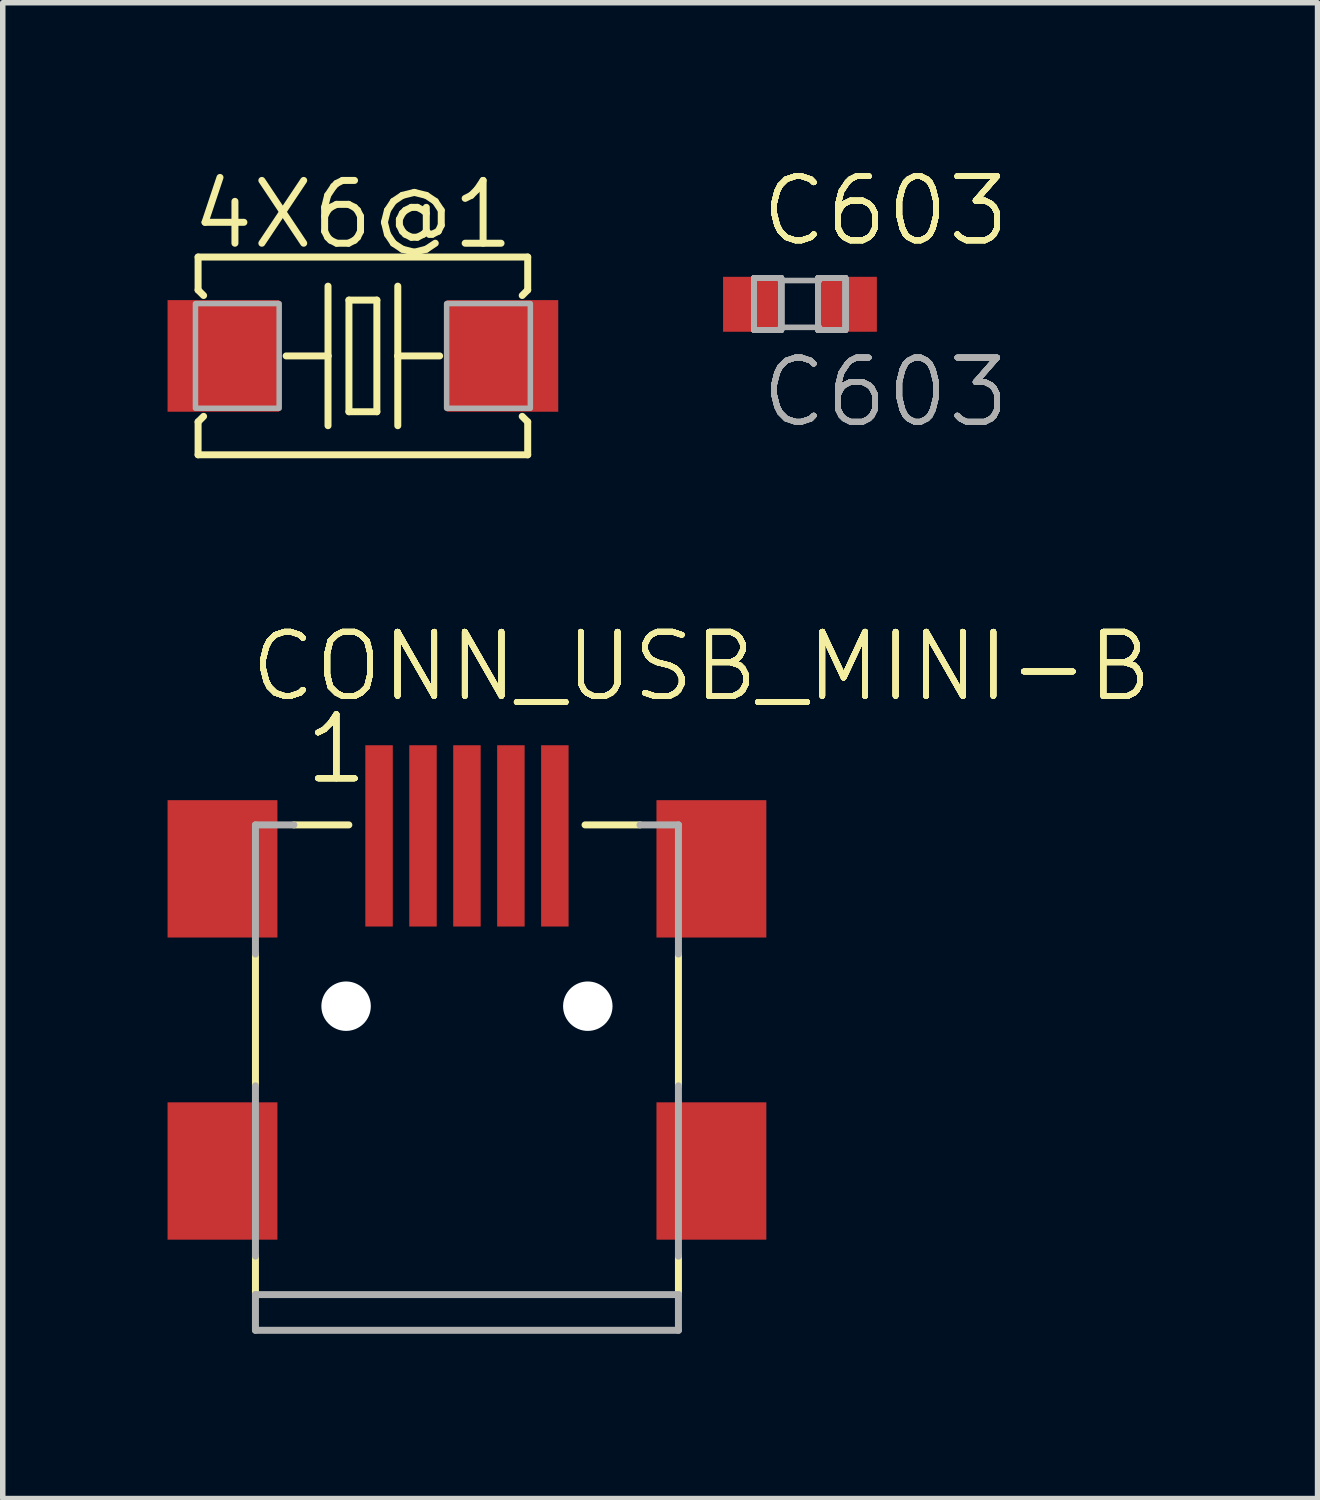
<source format=kicad_pcb>
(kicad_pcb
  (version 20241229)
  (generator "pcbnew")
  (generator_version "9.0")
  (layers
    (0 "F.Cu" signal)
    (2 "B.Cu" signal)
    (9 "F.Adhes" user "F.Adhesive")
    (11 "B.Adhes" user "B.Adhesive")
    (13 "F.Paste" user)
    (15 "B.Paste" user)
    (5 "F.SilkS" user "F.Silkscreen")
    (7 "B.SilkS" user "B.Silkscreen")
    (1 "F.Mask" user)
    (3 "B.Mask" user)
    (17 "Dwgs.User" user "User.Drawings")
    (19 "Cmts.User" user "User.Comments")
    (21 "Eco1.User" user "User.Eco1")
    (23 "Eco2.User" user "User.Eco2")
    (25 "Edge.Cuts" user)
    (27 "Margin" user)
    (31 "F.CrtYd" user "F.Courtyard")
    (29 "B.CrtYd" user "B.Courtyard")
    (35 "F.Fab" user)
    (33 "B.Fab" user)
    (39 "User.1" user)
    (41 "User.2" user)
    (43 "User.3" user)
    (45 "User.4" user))
  (footprint "CONN_USB_MINI-B"
    (layer "F.Cu")
    (at 5.45 15.266)
    (property "Reference" "CONN_USB_MINI-B" (at -4 -5.5 0) (layer "F.SilkS") (effects (font (size 1.168 1.168) (thickness 0.102)) (justify left bottom)))
    (fp_line (start -3.85 -0.95) (end -3.85 1.45) (stroke (width 0.127) (type solid)) (layer "F.SilkS"))
    (fp_line (start -3.85 4.55) (end -3.85 5.25) (stroke (width 0.127) (type solid)) (layer "F.SilkS"))
    (fp_line (start -3.15 -3.3) (end -2.15 -3.3) (stroke (width 0.127) (type solid)) (layer "F.SilkS"))
    (fp_line (start 2.15 -3.3) (end 3.15 -3.3) (stroke (width 0.127) (type solid)) (layer "F.SilkS"))
    (fp_line (start 3.85 -0.95) (end 3.85 1.45) (stroke (width 0.127) (type solid)) (layer "F.SilkS"))
    (fp_line (start 3.85 4.55) (end 3.85 5.25) (stroke (width 0.127) (type solid)) (layer "F.SilkS"))
    (fp_line (start -3.85 -3.3) (end -3.85 -0.95) (stroke (width 0.127) (type solid)) (layer "F.Fab"))
    (fp_line (start -3.85 1.45) (end -3.85 4.55) (stroke (width 0.127) (type solid)) (layer "F.Fab"))
    (fp_line (start -3.85 5.25) (end -3.85 5.9) (stroke (width 0.127) (type solid)) (layer "F.Fab"))
    (fp_line (start -3.85 5.9) (end 3.85 5.9) (stroke (width 0.127) (type solid)) (layer "F.Fab"))
    (fp_line (start -3.15 -3.3) (end -3.85 -3.3) (stroke (width 0.127) (type solid)) (layer "F.Fab"))
    (fp_line (start 3.15 -3.3) (end 3.85 -3.3) (stroke (width 0.127) (type solid)) (layer "F.Fab"))
    (fp_line (start 3.85 -3.3) (end 3.85 -0.95) (stroke (width 0.127) (type solid)) (layer "F.Fab"))
    (fp_line (start 3.85 1.45) (end 3.85 4.55) (stroke (width 0.127) (type solid)) (layer "F.Fab"))
    (fp_line (start 3.85 5.25) (end -3.85 5.25) (stroke (width 0.127) (type solid)) (layer "F.Fab"))
    (fp_line (start 3.85 5.9) (end 3.85 5.25) (stroke (width 0.127) (type solid)) (layer "F.Fab"))
    (fp_text user "1" (at -3 -4 0) (layer "F.SilkS") (effects (font (size 1.168 1.168) (thickness 0.102)) (justify left bottom)))
    (fp_text user "${REFERENCE}" (at -4 -5.5 0) (layer "F.SilkS") (effects (font (size 1.168 1.168) (thickness 0.102)) (justify left bottom)))
    (fp_text user "1" (at -3 -4 0) (layer "F.SilkS") (effects (font (size 1.168 1.168) (thickness 0.102)) (justify left bottom)))
    (fp_text user "1" (at -3 -4 0) (layer "F.SilkS") (effects (font (size 1.168 1.168) (thickness 0.102)) (justify left bottom)))
    (fp_text user "1" (at -3 -4 0) (layer "F.SilkS") (effects (font (size 1.168 1.168) (thickness 0.102)) (justify left bottom)))
    (fp_text user "${REFERENCE}" (at -4 -5.5 0) (layer "F.SilkS") (effects (font (size 1.168 1.168) (thickness 0.102)) (justify left bottom)))
    (fp_text user "${REFERENCE}" (at -4 -5.5 0) (layer "F.SilkS") (effects (font (size 1.168 1.168) (thickness 0.102)) (justify left bottom)))
    (fp_text user "${REFERENCE}" (at -4 -5.5 0) (layer "F.SilkS") (effects (font (size 1.168 1.168) (thickness 0.102)) (justify left bottom)))
    (fp_text user "${REFERENCE}" (at -4 -5.5 0) (layer "F.SilkS") (effects (font (size 1.168 1.168) (thickness 0.102)) (justify left bottom)))
    (fp_text user "${REFERENCE}" (at -4 -5.5 0) (layer "F.SilkS") (effects (font (size 1.168 1.168) (thickness 0.102)) (justify left bottom)))
    (fp_text user "1" (at -3 -4 0) (layer "F.SilkS") (effects (font (size 1.168 1.168) (thickness 0.102)) (justify left bottom)))
    (fp_text user "1" (at -3 -4 0) (layer "F.SilkS") (effects (font (size 1.168 1.168) (thickness 0.102)) (justify left bottom)))
    (fp_text user "1" (at -3 -4 0) (layer "F.SilkS") (effects (font (size 1.168 1.168) (thickness 0.102)) (justify left bottom)))
    (fp_text user "1" (at -3 -4 0) (layer "F.SilkS") (effects (font (size 1.168 1.168) (thickness 0.102)) (justify left bottom)))
    (fp_text user "${REFERENCE}" (at -4 -5.5 0) (layer "F.SilkS") (effects (font (size 1.168 1.168) (thickness 0.102)) (justify left bottom)))
    (fp_text user "${REFERENCE}" (at -4 -5.5 0) (layer "F.SilkS") (effects (font (size 1.168 1.168) (thickness 0.102)) (justify left bottom)))
    (fp_text user "${REFERENCE}" (at -4 -5.5 0) (layer "F.SilkS") (effects (font (size 1.168 1.168) (thickness 0.102)) (justify left bottom)))
    (fp_text user "1" (at -3 -4 0) (layer "F.SilkS") (effects (font (size 1.168 1.168) (thickness 0.102)) (justify left bottom)))
    (fp_text user "${REFERENCE}" (at -4 -5.5 0) (layer "F.SilkS") (effects (font (size 1.168 1.168) (thickness 0.102)) (justify left bottom)))
    (fp_text user "1" (at -3 -4 0) (layer "F.SilkS") (effects (font (size 1.168 1.168) (thickness 0.102)) (justify left bottom)))
    (fp_text user "1" (at -3 -4 0) (layer "F.SilkS") (effects (font (size 1.168 1.168) (thickness 0.102)) (justify left bottom)))
    (pad "" np_thru_hole circle (at -2.2 0) (size 0.9 0.9) (drill 0.9) (layers "*.Cu" "*.Mask"))
    (pad "" np_thru_hole circle (at 2.2 0) (size 0.9 0.9) (drill 0.9) (layers "*.Cu" "*.Mask"))
    (pad "BODY@1" smd rect (at -4.45 -2.5) (size 2 2.5) (layers "F.Cu" "F.Mask" "F.Paste"))
    (pad "BODY@2" smd rect (at 4.45 -2.5) (size 2 2.5) (layers "F.Cu" "F.Mask" "F.Paste"))
    (pad "BODY@3" smd rect (at 4.45 3) (size 2 2.5) (layers "F.Cu" "F.Mask" "F.Paste"))
    (pad "BODY@4" smd rect (at -4.45 3) (size 2 2.5) (layers "F.Cu" "F.Mask" "F.Paste"))
    (pad "D+" smd rect (at 0 -3.1) (size 0.5 3.3) (layers "F.Cu" "F.Mask" "F.Paste"))
    (pad "D-" smd rect (at -0.8 -3.1) (size 0.5 3.3) (layers "F.Cu" "F.Mask" "F.Paste"))
    (pad "GND" smd rect (at 1.6 -3.1) (size 0.5 3.3) (layers "F.Cu" "F.Mask" "F.Paste"))
    (pad "ID" smd rect (at 0.8 -3.1) (size 0.5 3.3) (layers "F.Cu" "F.Mask" "F.Paste"))
    (pad "VUSB" smd rect (at -1.6 -3.1) (size 0.5 3.3) (layers "F.Cu" "F.Mask" "F.Paste")))
  (footprint "4X6@1"
    (layer "F.Cu")
    (at 3.556 3.429)
    (property "Reference" "4X6@1" (at -3.175 -1.905 0) (layer "F.SilkS") (effects (font (size 1.143 1.143) (thickness 0.127)) (justify left bottom)))
    (fp_line (start -3 -1.8) (end -3 -1.2) (stroke (width 0.127) (type solid)) (layer "F.SilkS"))
    (fp_line (start -3 -1.2) (end -2.9 -1.1) (stroke (width 0.127) (type solid)) (layer "F.SilkS"))
    (fp_line (start -3 1.2) (end -3 1.8) (stroke (width 0.127) (type solid)) (layer "F.SilkS"))
    (fp_line (start -3 1.8) (end 3 1.8) (stroke (width 0.127) (type solid)) (layer "F.SilkS"))
    (fp_line (start -2.9 1.1) (end -3 1.2) (stroke (width 0.127) (type solid)) (layer "F.SilkS"))
    (fp_line (start -0.635 -1.27) (end -0.635 0) (stroke (width 0.127) (type solid)) (layer "F.SilkS"))
    (fp_line (start -0.635 0) (end -1.397 0) (stroke (width 0.127) (type solid)) (layer "F.SilkS"))
    (fp_line (start -0.635 0) (end -0.635 1.27) (stroke (width 0.127) (type solid)) (layer "F.SilkS"))
    (fp_line (start -0.254 -1.016) (end -0.254 1.016) (stroke (width 0.127) (type solid)) (layer "F.SilkS"))
    (fp_line (start -0.254 1.016) (end 0.254 1.016) (stroke (width 0.127) (type solid)) (layer "F.SilkS"))
    (fp_line (start 0.254 -1.016) (end -0.254 -1.016) (stroke (width 0.127) (type solid)) (layer "F.SilkS"))
    (fp_line (start 0.254 1.016) (end 0.254 -1.016) (stroke (width 0.127) (type solid)) (layer "F.SilkS"))
    (fp_line (start 0.635 -1.27) (end 0.635 0) (stroke (width 0.127) (type solid)) (layer "F.SilkS"))
    (fp_line (start 0.635 0) (end 0.635 1.27) (stroke (width 0.127) (type solid)) (layer "F.SilkS"))
    (fp_line (start 0.635 0) (end 1.397 0) (stroke (width 0.127) (type solid)) (layer "F.SilkS"))
    (fp_line (start 2.9 -1.1) (end 3 -1.2) (stroke (width 0.127) (type solid)) (layer "F.SilkS"))
    (fp_line (start 3 -1.8) (end -3 -1.8) (stroke (width 0.127) (type solid)) (layer "F.SilkS"))
    (fp_line (start 3 -1.2) (end 3 -1.8) (stroke (width 0.127) (type solid)) (layer "F.SilkS"))
    (fp_line (start 3 1.2) (end 2.9 1.1) (stroke (width 0.127) (type solid)) (layer "F.SilkS"))
    (fp_line (start 3 1.8) (end 3 1.2) (stroke (width 0.127) (type solid)) (layer "F.SilkS"))
    (fp_poly (pts (xy -3.048 0.953) (xy -1.524 0.953) (xy -1.524 -0.953) (xy -3.048 -0.953)) (stroke (width 0.1) (type default)) (fill no) (layer "F.Fab"))
    (fp_poly (pts (xy 1.524 0.953) (xy 3.048 0.953) (xy 3.048 -0.953) (xy 1.524 -0.953)) (stroke (width 0.1) (type default)) (fill no) (layer "F.Fab"))
    (pad "1" smd rect (at -2.54 0) (size 2.032 2.032) (layers "F.Cu" "F.Mask" "F.Paste"))
    (pad "2" smd rect (at 2.54 0) (size 2.032 2.032) (layers "F.Cu" "F.Mask" "F.Paste")))
  (footprint "C603"
    (layer "F.Cu")
    (at 11.512 2.489)
    (property "Reference" "C603" (at -0.762 -1.016 0) (layer "F.SilkS") (effects (font (size 1.168 1.168) (thickness 0.102)) (justify left bottom)))
    (property "Value" "C603" (at -0.762 2.286 0) (layer "F.Fab") (hide yes) (effects (font (size 1.168 1.168) (thickness 0.102)) (justify left bottom)))
    (fp_line (start -0.356 -0.432) (end 0.356 -0.432) (stroke (width 0.102) (type solid)) (layer "F.Fab"))
    (fp_line (start -0.356 0.419) (end 0.356 0.419) (stroke (width 0.102) (type solid)) (layer "F.Fab"))
    (fp_poly (pts (xy -0.838 0.47) (xy -0.338 0.47) (xy -0.338 -0.48) (xy -0.838 -0.48)) (stroke (width 0.1) (type default)) (fill no) (layer "F.Fab"))
    (fp_poly (pts (xy -0.838 0.47) (xy -0.338 0.47) (xy -0.338 -0.48) (xy -0.838 -0.48)) (stroke (width 0.1) (type default)) (fill no) (layer "F.Fab"))
    (fp_poly (pts (xy -0.838 0.47) (xy -0.338 0.47) (xy -0.338 -0.48) (xy -0.838 -0.48)) (stroke (width 0.1) (type default)) (fill no) (layer "F.Fab"))
    (fp_poly (pts (xy -0.838 0.47) (xy -0.338 0.47) (xy -0.338 -0.48) (xy -0.838 -0.48)) (stroke (width 0.1) (type default)) (fill no) (layer "F.Fab"))
    (fp_poly (pts (xy -0.838 0.47) (xy -0.338 0.47) (xy -0.338 -0.48) (xy -0.838 -0.48)) (stroke (width 0.1) (type default)) (fill no) (layer "F.Fab"))
    (fp_poly (pts (xy -0.838 0.47) (xy -0.338 0.47) (xy -0.338 -0.48) (xy -0.838 -0.48)) (stroke (width 0.1) (type default)) (fill no) (layer "F.Fab"))
    (fp_poly (pts (xy -0.838 0.47) (xy -0.338 0.47) (xy -0.338 -0.48) (xy -0.838 -0.48)) (stroke (width 0.1) (type default)) (fill no) (layer "F.Fab"))
    (fp_poly (pts (xy -0.838 0.47) (xy -0.338 0.47) (xy -0.338 -0.48) (xy -0.838 -0.48)) (stroke (width 0.1) (type default)) (fill no) (layer "F.Fab"))
    (fp_poly (pts (xy -0.838 0.47) (xy -0.338 0.47) (xy -0.338 -0.48) (xy -0.838 -0.48)) (stroke (width 0.1) (type default)) (fill no) (layer "F.Fab"))
    (fp_poly (pts (xy -0.838 0.47) (xy -0.338 0.47) (xy -0.338 -0.48) (xy -0.838 -0.48)) (stroke (width 0.1) (type default)) (fill no) (layer "F.Fab"))
    (fp_poly (pts (xy -0.838 0.47) (xy -0.338 0.47) (xy -0.338 -0.48) (xy -0.838 -0.48)) (stroke (width 0.1) (type default)) (fill no) (layer "F.Fab"))
    (fp_poly (pts (xy 0.83 -0.48) (xy 0.33 -0.48) (xy 0.33 0.47) (xy 0.83 0.47)) (stroke (width 0.1) (type default)) (fill no) (layer "F.Fab"))
    (fp_poly (pts (xy 0.83 -0.48) (xy 0.33 -0.48) (xy 0.33 0.47) (xy 0.83 0.47)) (stroke (width 0.1) (type default)) (fill no) (layer "F.Fab"))
    (fp_poly (pts (xy 0.83 -0.48) (xy 0.33 -0.48) (xy 0.33 0.47) (xy 0.83 0.47)) (stroke (width 0.1) (type default)) (fill no) (layer "F.Fab"))
    (fp_poly (pts (xy 0.83 -0.48) (xy 0.33 -0.48) (xy 0.33 0.47) (xy 0.83 0.47)) (stroke (width 0.1) (type default)) (fill no) (layer "F.Fab"))
    (fp_poly (pts (xy 0.83 -0.48) (xy 0.33 -0.48) (xy 0.33 0.47) (xy 0.83 0.47)) (stroke (width 0.1) (type default)) (fill no) (layer "F.Fab"))
    (fp_poly (pts (xy 0.83 -0.48) (xy 0.33 -0.48) (xy 0.33 0.47) (xy 0.83 0.47)) (stroke (width 0.1) (type default)) (fill no) (layer "F.Fab"))
    (fp_poly (pts (xy 0.83 -0.48) (xy 0.33 -0.48) (xy 0.33 0.47) (xy 0.83 0.47)) (stroke (width 0.1) (type default)) (fill no) (layer "F.Fab"))
    (fp_poly (pts (xy 0.83 -0.48) (xy 0.33 -0.48) (xy 0.33 0.47) (xy 0.83 0.47)) (stroke (width 0.1) (type default)) (fill no) (layer "F.Fab"))
    (fp_poly (pts (xy 0.83 -0.48) (xy 0.33 -0.48) (xy 0.33 0.47) (xy 0.83 0.47)) (stroke (width 0.1) (type default)) (fill no) (layer "F.Fab"))
    (fp_poly (pts (xy 0.83 -0.48) (xy 0.33 -0.48) (xy 0.33 0.47) (xy 0.83 0.47)) (stroke (width 0.1) (type default)) (fill no) (layer "F.Fab"))
    (fp_poly (pts (xy 0.83 -0.48) (xy 0.33 -0.48) (xy 0.33 0.47) (xy 0.83 0.47)) (stroke (width 0.1) (type default)) (fill no) (layer "F.Fab"))
    (fp_text user "${REFERENCE}" (at -0.762 -1.016 0) (layer "F.SilkS") (effects (font (size 1.168 1.168) (thickness 0.102)) (justify left bottom)))
    (fp_text user "${REFERENCE}" (at -0.762 -1.016 0) (layer "F.SilkS") (effects (font (size 1.168 1.168) (thickness 0.102)) (justify left bottom)))
    (fp_text user "${REFERENCE}" (at -0.762 -1.016 0) (layer "F.SilkS") (effects (font (size 1.168 1.168) (thickness 0.102)) (justify left bottom)))
    (fp_text user "${REFERENCE}" (at -0.762 -1.016 0) (layer "F.SilkS") (effects (font (size 1.168 1.168) (thickness 0.102)) (justify left bottom)))
    (fp_text user "${REFERENCE}" (at -0.762 -1.016 0) (layer "F.SilkS") (effects (font (size 1.168 1.168) (thickness 0.102)) (justify left bottom)))
    (fp_text user "${REFERENCE}" (at -0.762 -1.016 0) (layer "F.SilkS") (effects (font (size 1.168 1.168) (thickness 0.102)) (justify left bottom)))
    (fp_text user "${REFERENCE}" (at -0.762 -1.016 0) (layer "F.SilkS") (effects (font (size 1.168 1.168) (thickness 0.102)) (justify left bottom)))
    (fp_text user "${REFERENCE}" (at -0.762 -1.016 0) (layer "F.SilkS") (effects (font (size 1.168 1.168) (thickness 0.102)) (justify left bottom)))
    (fp_text user "${REFERENCE}" (at -0.762 -1.016 0) (layer "F.SilkS") (effects (font (size 1.168 1.168) (thickness 0.102)) (justify left bottom)))
    (fp_text user "${REFERENCE}" (at -0.762 -1.016 0) (layer "F.SilkS") (effects (font (size 1.168 1.168) (thickness 0.102)) (justify left bottom)))
    (fp_text user "${VALUE}" (at -0.762 2.286 0) (layer "F.Fab") (effects (font (size 1.168 1.168) (thickness 0.102)) (justify left bottom)))
    (fp_text user "${VALUE}" (at -0.762 2.286 0) (layer "F.Fab") (effects (font (size 1.168 1.168) (thickness 0.102)) (justify left bottom)))
    (fp_text user "${VALUE}" (at -0.762 2.286 0) (layer "F.Fab") (effects (font (size 1.168 1.168) (thickness 0.102)) (justify left bottom)))
    (fp_text user "${VALUE}" (at -0.762 2.286 0) (layer "F.Fab") (effects (font (size 1.168 1.168) (thickness 0.102)) (justify left bottom)))
    (fp_text user "${VALUE}" (at -0.762 2.286 0) (layer "F.Fab") (effects (font (size 1.168 1.168) (thickness 0.102)) (justify left bottom)))
    (fp_text user "${VALUE}" (at -0.762 2.286 0) (layer "F.Fab") (effects (font (size 1.168 1.168) (thickness 0.102)) (justify left bottom)))
    (fp_text user "${VALUE}" (at -0.762 2.286 0) (layer "F.Fab") (effects (font (size 1.168 1.168) (thickness 0.102)) (justify left bottom)))
    (fp_text user "${VALUE}" (at -0.762 2.286 0) (layer "F.Fab") (effects (font (size 1.168 1.168) (thickness 0.102)) (justify left bottom)))
    (fp_text user "${VALUE}" (at -0.762 2.286 0) (layer "F.Fab") (effects (font (size 1.168 1.168) (thickness 0.102)) (justify left bottom)))
    (fp_text user "${VALUE}" (at -0.762 2.286 0) (layer "F.Fab") (effects (font (size 1.168 1.168) (thickness 0.102)) (justify left bottom)))
    (pad "1" smd rect (at -0.85 0) (size 1.1 1) (layers "F.Cu" "F.Mask" "F.Paste"))
    (pad "2" smd rect (at 0.85 0) (size 1.1 1) (layers "F.Cu" "F.Mask" "F.Paste")))
  (gr_rect
    (start -3 -3)
    (end 20.934 24.229)
    (stroke (width 0.1) (type default))
    (fill no)
    (layer "Edge.Cuts")))
</source>
